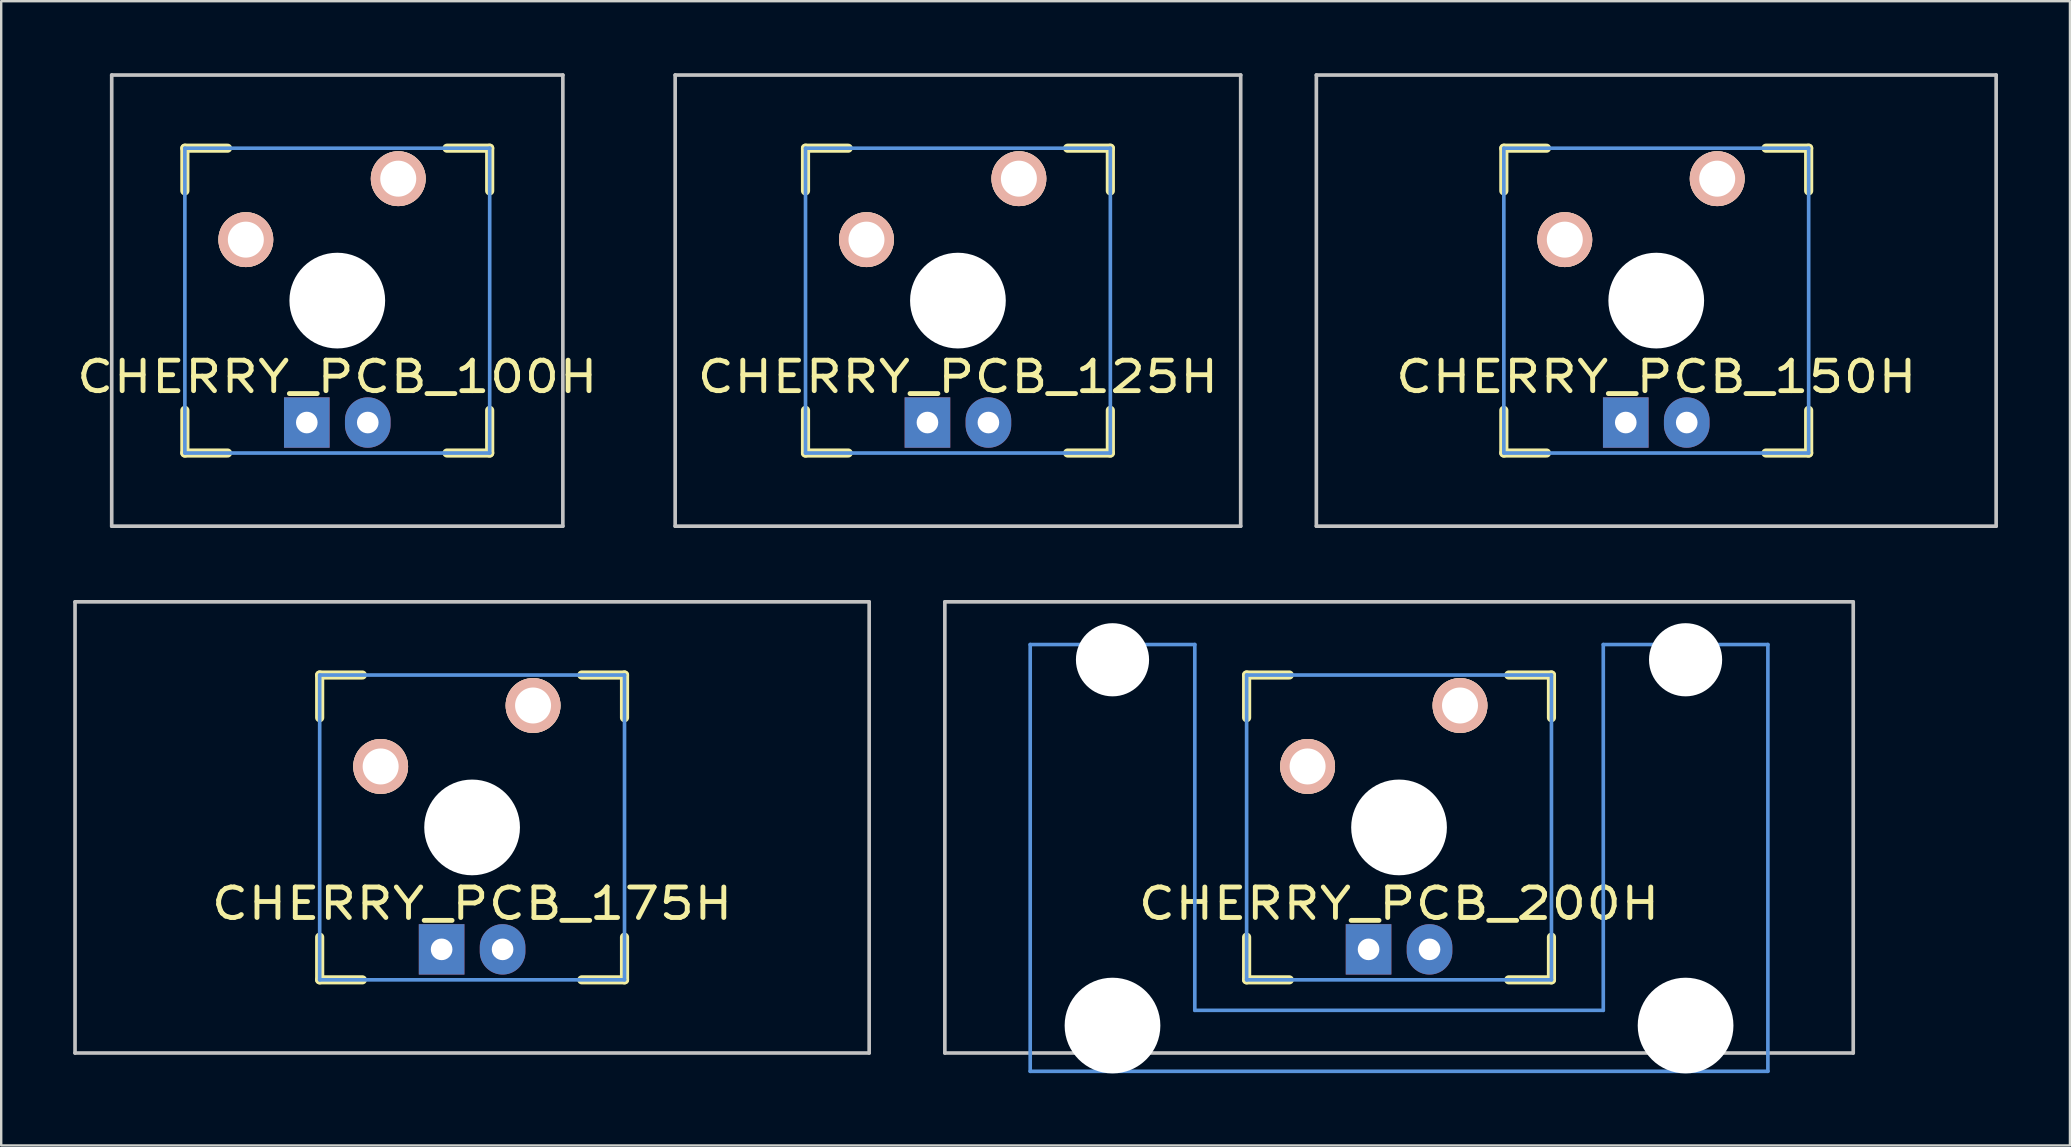
<source format=kicad_pcb>
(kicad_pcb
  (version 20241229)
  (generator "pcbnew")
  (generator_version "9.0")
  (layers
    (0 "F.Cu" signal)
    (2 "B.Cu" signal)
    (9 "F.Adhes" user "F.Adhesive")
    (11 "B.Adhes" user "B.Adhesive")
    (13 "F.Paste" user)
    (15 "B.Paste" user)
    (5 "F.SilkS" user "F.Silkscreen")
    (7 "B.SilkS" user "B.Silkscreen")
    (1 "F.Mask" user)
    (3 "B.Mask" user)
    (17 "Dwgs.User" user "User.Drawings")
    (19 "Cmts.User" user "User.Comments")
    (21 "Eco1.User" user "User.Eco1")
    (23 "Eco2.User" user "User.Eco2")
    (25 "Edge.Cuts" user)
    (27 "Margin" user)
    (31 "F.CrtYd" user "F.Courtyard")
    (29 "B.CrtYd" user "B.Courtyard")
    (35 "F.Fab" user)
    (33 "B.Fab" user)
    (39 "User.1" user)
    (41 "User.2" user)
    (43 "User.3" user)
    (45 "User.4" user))
  (footprint "CHERRY_PCB_200H"
    (layer "F.Cu")
    (at 55.238 31.423)
    (property "Reference" "CHERRY_PCB_200H" (at 0 3.175 0) (layer "F.SilkS") (effects (font (size 1.27 1.524) (thickness 0.203))))
    (attr through_hole)
    (fp_line (start -6.35 -6.35) (end -4.572 -6.35) (stroke (width 0.381) (type solid)) (layer "F.SilkS"))
    (fp_line (start -6.35 -4.572) (end -6.35 -6.35) (stroke (width 0.381) (type solid)) (layer "F.SilkS"))
    (fp_line (start -6.35 6.35) (end -6.35 4.572) (stroke (width 0.381) (type solid)) (layer "F.SilkS"))
    (fp_line (start -4.572 6.35) (end -6.35 6.35) (stroke (width 0.381) (type solid)) (layer "F.SilkS"))
    (fp_line (start 4.572 -6.35) (end 6.35 -6.35) (stroke (width 0.381) (type solid)) (layer "F.SilkS"))
    (fp_line (start 6.35 -6.35) (end 6.35 -4.572) (stroke (width 0.381) (type solid)) (layer "F.SilkS"))
    (fp_line (start 6.35 4.572) (end 6.35 6.35) (stroke (width 0.381) (type solid)) (layer "F.SilkS"))
    (fp_line (start 6.35 6.35) (end 4.572 6.35) (stroke (width 0.381) (type solid)) (layer "F.SilkS"))
    (fp_line (start -18.923 -9.398) (end 18.923 -9.398) (stroke (width 0.152) (type solid)) (layer "Dwgs.User"))
    (fp_line (start -18.923 9.398) (end -18.923 -9.398) (stroke (width 0.152) (type solid)) (layer "Dwgs.User"))
    (fp_line (start 18.923 -9.398) (end 18.923 9.398) (stroke (width 0.152) (type solid)) (layer "Dwgs.User"))
    (fp_line (start 18.923 9.398) (end -18.923 9.398) (stroke (width 0.152) (type solid)) (layer "Dwgs.User"))
    (fp_line (start -15.367 -7.62) (end -15.367 10.16) (stroke (width 0.152) (type solid)) (layer "Cmts.User"))
    (fp_line (start -15.367 10.16) (end 15.367 10.16) (stroke (width 0.152) (type solid)) (layer "Cmts.User"))
    (fp_line (start -8.509 -7.62) (end -15.367 -7.62) (stroke (width 0.152) (type solid)) (layer "Cmts.User"))
    (fp_line (start -8.509 7.62) (end -8.509 -7.62) (stroke (width 0.152) (type solid)) (layer "Cmts.User"))
    (fp_line (start -6.35 -6.35) (end 6.35 -6.35) (stroke (width 0.152) (type solid)) (layer "Cmts.User"))
    (fp_line (start -6.35 6.35) (end -6.35 -6.35) (stroke (width 0.152) (type solid)) (layer "Cmts.User"))
    (fp_line (start 6.35 -6.35) (end 6.35 6.35) (stroke (width 0.152) (type solid)) (layer "Cmts.User"))
    (fp_line (start 6.35 6.35) (end -6.35 6.35) (stroke (width 0.152) (type solid)) (layer "Cmts.User"))
    (fp_line (start 8.509 -7.62) (end 8.509 7.62) (stroke (width 0.152) (type solid)) (layer "Cmts.User"))
    (fp_line (start 8.509 7.62) (end -8.509 7.62) (stroke (width 0.152) (type solid)) (layer "Cmts.User"))
    (fp_line (start 15.367 -7.62) (end 8.509 -7.62) (stroke (width 0.152) (type solid)) (layer "Cmts.User"))
    (fp_line (start 15.367 10.16) (end 15.367 -7.62) (stroke (width 0.152) (type solid)) (layer "Cmts.User"))
    (fp_line (start -16.129 -2.286) (end -15.265 -2.286) (stroke (width 0.152) (type solid)) (layer "Eco2.User"))
    (fp_line (start -16.129 0.508) (end -16.129 -2.286) (stroke (width 0.152) (type solid)) (layer "Eco2.User"))
    (fp_line (start -15.265 -5.69) (end -8.611 -5.69) (stroke (width 0.152) (type solid)) (layer "Eco2.User"))
    (fp_line (start -15.265 -2.286) (end -15.265 -5.69) (stroke (width 0.152) (type solid)) (layer "Eco2.User"))
    (fp_line (start -15.265 0.508) (end -16.129 0.508) (stroke (width 0.152) (type solid)) (layer "Eco2.User"))
    (fp_line (start -15.265 6.604) (end -15.265 0.508) (stroke (width 0.152) (type solid)) (layer "Eco2.User"))
    (fp_line (start -14.224 6.604) (end -15.265 6.604) (stroke (width 0.152) (type solid)) (layer "Eco2.User"))
    (fp_line (start -14.224 7.772) (end -14.224 6.604) (stroke (width 0.152) (type solid)) (layer "Eco2.User"))
    (fp_line (start -9.652 6.604) (end -9.652 7.772) (stroke (width 0.152) (type solid)) (layer "Eco2.User"))
    (fp_line (start -9.652 7.772) (end -14.224 7.772) (stroke (width 0.152) (type solid)) (layer "Eco2.User"))
    (fp_line (start -8.611 -5.69) (end -8.611 -4.877) (stroke (width 0.152) (type solid)) (layer "Eco2.User"))
    (fp_line (start -8.611 -4.877) (end -6.985 -4.877) (stroke (width 0.152) (type solid)) (layer "Eco2.User"))
    (fp_line (start -8.611 5.817) (end -8.611 6.604) (stroke (width 0.152) (type solid)) (layer "Eco2.User"))
    (fp_line (start -8.611 6.604) (end -9.652 6.604) (stroke (width 0.152) (type solid)) (layer "Eco2.User"))
    (fp_line (start -6.985 -6.985) (end 6.985 -6.985) (stroke (width 0.152) (type solid)) (layer "Eco2.User"))
    (fp_line (start -6.985 -4.877) (end -6.985 -6.985) (stroke (width 0.152) (type solid)) (layer "Eco2.User"))
    (fp_line (start -6.985 5.817) (end -8.611 5.817) (stroke (width 0.152) (type solid)) (layer "Eco2.User"))
    (fp_line (start -6.985 6.985) (end -6.985 5.817) (stroke (width 0.152) (type solid)) (layer "Eco2.User"))
    (fp_line (start 6.985 -6.985) (end 6.985 -4.877) (stroke (width 0.152) (type solid)) (layer "Eco2.User"))
    (fp_line (start 6.985 -4.877) (end 8.611 -4.877) (stroke (width 0.152) (type solid)) (layer "Eco2.User"))
    (fp_line (start 6.985 5.817) (end 6.985 6.985) (stroke (width 0.152) (type solid)) (layer "Eco2.User"))
    (fp_line (start 6.985 6.985) (end -6.985 6.985) (stroke (width 0.152) (type solid)) (layer "Eco2.User"))
    (fp_line (start 8.611 -5.69) (end 15.265 -5.69) (stroke (width 0.152) (type solid)) (layer "Eco2.User"))
    (fp_line (start 8.611 -4.877) (end 8.611 -5.69) (stroke (width 0.152) (type solid)) (layer "Eco2.User"))
    (fp_line (start 8.611 5.817) (end 6.985 5.817) (stroke (width 0.152) (type solid)) (layer "Eco2.User"))
    (fp_line (start 8.611 6.604) (end 8.611 5.817) (stroke (width 0.152) (type solid)) (layer "Eco2.User"))
    (fp_line (start 9.652 6.604) (end 8.611 6.604) (stroke (width 0.152) (type solid)) (layer "Eco2.User"))
    (fp_line (start 9.652 7.772) (end 9.652 6.604) (stroke (width 0.152) (type solid)) (layer "Eco2.User"))
    (fp_line (start 14.224 6.604) (end 14.224 7.772) (stroke (width 0.152) (type solid)) (layer "Eco2.User"))
    (fp_line (start 14.224 7.772) (end 9.652 7.772) (stroke (width 0.152) (type solid)) (layer "Eco2.User"))
    (fp_line (start 15.265 -5.69) (end 15.265 -2.286) (stroke (width 0.152) (type solid)) (layer "Eco2.User"))
    (fp_line (start 15.265 -2.286) (end 16.129 -2.286) (stroke (width 0.152) (type solid)) (layer "Eco2.User"))
    (fp_line (start 15.265 0.508) (end 15.265 6.604) (stroke (width 0.152) (type solid)) (layer "Eco2.User"))
    (fp_line (start 15.265 6.604) (end 14.224 6.604) (stroke (width 0.152) (type solid)) (layer "Eco2.User"))
    (fp_line (start 16.129 -2.286) (end 16.129 0.508) (stroke (width 0.152) (type solid)) (layer "Eco2.User"))
    (fp_line (start 16.129 0.508) (end 15.265 0.508) (stroke (width 0.152) (type solid)) (layer "Eco2.User"))
    (pad "" np_thru_hole circle (at -11.938 -6.985) (size 3.048 3.048) (drill 3.048) (layers "*.Cu"))
    (pad "" np_thru_hole circle (at -11.938 8.255) (size 3.988 3.988) (drill 3.988) (layers "*.Cu"))
    (pad "" np_thru_hole circle (at 0 0) (size 3.988 3.988) (drill 3.988) (layers "*.Cu"))
    (pad "" np_thru_hole circle (at 11.938 -6.985) (size 3.048 3.048) (drill 3.048) (layers "*.Cu"))
    (pad "" np_thru_hole circle (at 11.938 8.255) (size 3.988 3.988) (drill 3.988) (layers "*.Cu"))
    (pad "1" thru_hole circle (at 2.54 -5.08) (size 2.286 2.286) (drill 1.499) (layers "*.Cu" "*.SilkS" "*.Mask"))
    (pad "2" thru_hole circle (at -3.81 -2.54) (size 2.286 2.286) (drill 1.499) (layers "*.Cu" "*.SilkS" "*.Mask"))
    (pad "3" thru_hole oval (at 1.27 5.08) (size 1.9 2.1) (drill 0.9) (layers "*.Cu" "*.Mask"))
    (pad "4" thru_hole rect (at -1.27 5.08) (size 1.9 2.1) (drill 0.9) (layers "*.Cu" "*.Mask")))
  (footprint "CHERRY_PCB_150H"
    (layer "F.Cu")
    (at 65.954 9.474)
    (property "Reference" "CHERRY_PCB_150H" (at 0 3.175 0) (layer "F.SilkS") (effects (font (size 1.27 1.524) (thickness 0.203))))
    (attr through_hole)
    (fp_line (start -6.35 -6.35) (end -4.572 -6.35) (stroke (width 0.381) (type solid)) (layer "F.SilkS"))
    (fp_line (start -6.35 -4.572) (end -6.35 -6.35) (stroke (width 0.381) (type solid)) (layer "F.SilkS"))
    (fp_line (start -6.35 6.35) (end -6.35 4.572) (stroke (width 0.381) (type solid)) (layer "F.SilkS"))
    (fp_line (start -4.572 6.35) (end -6.35 6.35) (stroke (width 0.381) (type solid)) (layer "F.SilkS"))
    (fp_line (start 4.572 -6.35) (end 6.35 -6.35) (stroke (width 0.381) (type solid)) (layer "F.SilkS"))
    (fp_line (start 6.35 -6.35) (end 6.35 -4.572) (stroke (width 0.381) (type solid)) (layer "F.SilkS"))
    (fp_line (start 6.35 4.572) (end 6.35 6.35) (stroke (width 0.381) (type solid)) (layer "F.SilkS"))
    (fp_line (start 6.35 6.35) (end 4.572 6.35) (stroke (width 0.381) (type solid)) (layer "F.SilkS"))
    (fp_line (start -14.161 -9.398) (end 14.161 -9.398) (stroke (width 0.152) (type solid)) (layer "Dwgs.User"))
    (fp_line (start -14.161 9.398) (end -14.161 -9.398) (stroke (width 0.152) (type solid)) (layer "Dwgs.User"))
    (fp_line (start 14.161 -9.398) (end 14.161 9.398) (stroke (width 0.152) (type solid)) (layer "Dwgs.User"))
    (fp_line (start 14.161 9.398) (end -14.161 9.398) (stroke (width 0.152) (type solid)) (layer "Dwgs.User"))
    (fp_line (start -6.35 -6.35) (end 6.35 -6.35) (stroke (width 0.152) (type solid)) (layer "Cmts.User"))
    (fp_line (start -6.35 6.35) (end -6.35 -6.35) (stroke (width 0.152) (type solid)) (layer "Cmts.User"))
    (fp_line (start 6.35 -6.35) (end 6.35 6.35) (stroke (width 0.152) (type solid)) (layer "Cmts.User"))
    (fp_line (start 6.35 6.35) (end -6.35 6.35) (stroke (width 0.152) (type solid)) (layer "Cmts.User"))
    (fp_line (start -6.985 -6.985) (end 6.985 -6.985) (stroke (width 0.152) (type solid)) (layer "Eco2.User"))
    (fp_line (start -6.985 6.985) (end -6.985 -6.985) (stroke (width 0.152) (type solid)) (layer "Eco2.User"))
    (fp_line (start 6.985 -6.985) (end 6.985 6.985) (stroke (width 0.152) (type solid)) (layer "Eco2.User"))
    (fp_line (start 6.985 6.985) (end -6.985 6.985) (stroke (width 0.152) (type solid)) (layer "Eco2.User"))
    (pad "" np_thru_hole circle (at 0 0) (size 3.988 3.988) (drill 3.988) (layers "*.Cu"))
    (pad "1" thru_hole circle (at 2.54 -5.08) (size 2.286 2.286) (drill 1.499) (layers "*.Cu" "*.SilkS" "*.Mask"))
    (pad "2" thru_hole circle (at -3.81 -2.54) (size 2.286 2.286) (drill 1.499) (layers "*.Cu" "*.SilkS" "*.Mask"))
    (pad "3" thru_hole oval (at 1.27 5.08) (size 1.9 2.1) (drill 0.9) (layers "*.Cu" "*.Mask"))
    (pad "4" thru_hole rect (at -1.27 5.08) (size 1.9 2.1) (drill 0.9) (layers "*.Cu" "*.Mask")))
  (footprint "CHERRY_PCB_175H"
    (layer "F.Cu")
    (at 16.619 31.423)
    (property "Reference" "CHERRY_PCB_175H" (at 0 3.175 0) (layer "F.SilkS") (effects (font (size 1.27 1.524) (thickness 0.203))))
    (attr through_hole)
    (fp_line (start -6.35 -6.35) (end -4.572 -6.35) (stroke (width 0.381) (type solid)) (layer "F.SilkS"))
    (fp_line (start -6.35 -4.572) (end -6.35 -6.35) (stroke (width 0.381) (type solid)) (layer "F.SilkS"))
    (fp_line (start -6.35 6.35) (end -6.35 4.572) (stroke (width 0.381) (type solid)) (layer "F.SilkS"))
    (fp_line (start -4.572 6.35) (end -6.35 6.35) (stroke (width 0.381) (type solid)) (layer "F.SilkS"))
    (fp_line (start 4.572 -6.35) (end 6.35 -6.35) (stroke (width 0.381) (type solid)) (layer "F.SilkS"))
    (fp_line (start 6.35 -6.35) (end 6.35 -4.572) (stroke (width 0.381) (type solid)) (layer "F.SilkS"))
    (fp_line (start 6.35 4.572) (end 6.35 6.35) (stroke (width 0.381) (type solid)) (layer "F.SilkS"))
    (fp_line (start 6.35 6.35) (end 4.572 6.35) (stroke (width 0.381) (type solid)) (layer "F.SilkS"))
    (fp_line (start -16.543 -9.398) (end 16.543 -9.398) (stroke (width 0.152) (type solid)) (layer "Dwgs.User"))
    (fp_line (start -16.543 9.398) (end -16.543 -9.398) (stroke (width 0.152) (type solid)) (layer "Dwgs.User"))
    (fp_line (start 16.543 -9.398) (end 16.543 9.398) (stroke (width 0.152) (type solid)) (layer "Dwgs.User"))
    (fp_line (start 16.543 9.398) (end -16.543 9.398) (stroke (width 0.152) (type solid)) (layer "Dwgs.User"))
    (fp_line (start -6.35 -6.35) (end 6.35 -6.35) (stroke (width 0.152) (type solid)) (layer "Cmts.User"))
    (fp_line (start -6.35 6.35) (end -6.35 -6.35) (stroke (width 0.152) (type solid)) (layer "Cmts.User"))
    (fp_line (start 6.35 -6.35) (end 6.35 6.35) (stroke (width 0.152) (type solid)) (layer "Cmts.User"))
    (fp_line (start 6.35 6.35) (end -6.35 6.35) (stroke (width 0.152) (type solid)) (layer "Cmts.User"))
    (fp_line (start -6.985 -6.985) (end 6.985 -6.985) (stroke (width 0.152) (type solid)) (layer "Eco2.User"))
    (fp_line (start -6.985 6.985) (end -6.985 -6.985) (stroke (width 0.152) (type solid)) (layer "Eco2.User"))
    (fp_line (start 6.985 -6.985) (end 6.985 6.985) (stroke (width 0.152) (type solid)) (layer "Eco2.User"))
    (fp_line (start 6.985 6.985) (end -6.985 6.985) (stroke (width 0.152) (type solid)) (layer "Eco2.User"))
    (pad "" np_thru_hole circle (at 0 0) (size 3.988 3.988) (drill 3.988) (layers "*.Cu"))
    (pad "1" thru_hole circle (at 2.54 -5.08) (size 2.286 2.286) (drill 1.499) (layers "*.Cu" "*.SilkS" "*.Mask"))
    (pad "2" thru_hole circle (at -3.81 -2.54) (size 2.286 2.286) (drill 1.499) (layers "*.Cu" "*.SilkS" "*.Mask"))
    (pad "3" thru_hole oval (at 1.27 5.08) (size 1.9 2.1) (drill 0.9) (layers "*.Cu" "*.Mask"))
    (pad "4" thru_hole rect (at -1.27 5.08) (size 1.9 2.1) (drill 0.9) (layers "*.Cu" "*.Mask")))
  (footprint "CHERRY_PCB_100H"
    (layer "F.Cu")
    (at 11.002 9.474)
    (property "Reference" "CHERRY_PCB_100H" (at 0 3.175 0) (layer "F.SilkS") (effects (font (size 1.27 1.524) (thickness 0.203))))
    (attr through_hole)
    (fp_line (start -6.35 -6.35) (end -4.572 -6.35) (stroke (width 0.381) (type solid)) (layer "F.SilkS"))
    (fp_line (start -6.35 -4.572) (end -6.35 -6.35) (stroke (width 0.381) (type solid)) (layer "F.SilkS"))
    (fp_line (start -6.35 6.35) (end -6.35 4.572) (stroke (width 0.381) (type solid)) (layer "F.SilkS"))
    (fp_line (start -4.572 6.35) (end -6.35 6.35) (stroke (width 0.381) (type solid)) (layer "F.SilkS"))
    (fp_line (start 4.572 -6.35) (end 6.35 -6.35) (stroke (width 0.381) (type solid)) (layer "F.SilkS"))
    (fp_line (start 6.35 -6.35) (end 6.35 -4.572) (stroke (width 0.381) (type solid)) (layer "F.SilkS"))
    (fp_line (start 6.35 4.572) (end 6.35 6.35) (stroke (width 0.381) (type solid)) (layer "F.SilkS"))
    (fp_line (start 6.35 6.35) (end 4.572 6.35) (stroke (width 0.381) (type solid)) (layer "F.SilkS"))
    (fp_line (start -9.398 -9.398) (end 9.398 -9.398) (stroke (width 0.152) (type solid)) (layer "Dwgs.User"))
    (fp_line (start -9.398 9.398) (end -9.398 -9.398) (stroke (width 0.152) (type solid)) (layer "Dwgs.User"))
    (fp_line (start 9.398 -9.398) (end 9.398 9.398) (stroke (width 0.152) (type solid)) (layer "Dwgs.User"))
    (fp_line (start 9.398 9.398) (end -9.398 9.398) (stroke (width 0.152) (type solid)) (layer "Dwgs.User"))
    (fp_line (start -6.35 -6.35) (end 6.35 -6.35) (stroke (width 0.152) (type solid)) (layer "Cmts.User"))
    (fp_line (start -6.35 6.35) (end -6.35 -6.35) (stroke (width 0.152) (type solid)) (layer "Cmts.User"))
    (fp_line (start 6.35 -6.35) (end 6.35 6.35) (stroke (width 0.152) (type solid)) (layer "Cmts.User"))
    (fp_line (start 6.35 6.35) (end -6.35 6.35) (stroke (width 0.152) (type solid)) (layer "Cmts.User"))
    (fp_line (start -6.985 -6.985) (end 6.985 -6.985) (stroke (width 0.152) (type solid)) (layer "Eco2.User"))
    (fp_line (start -6.985 6.985) (end -6.985 -6.985) (stroke (width 0.152) (type solid)) (layer "Eco2.User"))
    (fp_line (start 6.985 -6.985) (end 6.985 6.985) (stroke (width 0.152) (type solid)) (layer "Eco2.User"))
    (fp_line (start 6.985 6.985) (end -6.985 6.985) (stroke (width 0.152) (type solid)) (layer "Eco2.User"))
    (pad "" np_thru_hole circle (at 0 0) (size 3.988 3.988) (drill 3.988) (layers "*.Cu"))
    (pad "1" thru_hole circle (at 2.54 -5.08) (size 2.286 2.286) (drill 1.499) (layers "*.Cu" "*.SilkS" "*.Mask"))
    (pad "2" thru_hole circle (at -3.81 -2.54) (size 2.286 2.286) (drill 1.499) (layers "*.Cu" "*.SilkS" "*.Mask"))
    (pad "3" thru_hole oval (at 1.27 5.08) (size 1.9 2.1) (drill 0.9) (layers "*.Cu" "*.Mask"))
    (pad "4" thru_hole rect (at -1.27 5.08) (size 1.9 2.1) (drill 0.9) (layers "*.Cu" "*.Mask")))
  (footprint "CHERRY_PCB_125H"
    (layer "F.Cu")
    (at 36.86 9.474)
    (property "Reference" "CHERRY_PCB_125H" (at 0 3.175 0) (layer "F.SilkS") (effects (font (size 1.27 1.524) (thickness 0.203))))
    (attr through_hole)
    (fp_line (start -6.35 -6.35) (end -4.572 -6.35) (stroke (width 0.381) (type solid)) (layer "F.SilkS"))
    (fp_line (start -6.35 -4.572) (end -6.35 -6.35) (stroke (width 0.381) (type solid)) (layer "F.SilkS"))
    (fp_line (start -6.35 6.35) (end -6.35 4.572) (stroke (width 0.381) (type solid)) (layer "F.SilkS"))
    (fp_line (start -4.572 6.35) (end -6.35 6.35) (stroke (width 0.381) (type solid)) (layer "F.SilkS"))
    (fp_line (start 4.572 -6.35) (end 6.35 -6.35) (stroke (width 0.381) (type solid)) (layer "F.SilkS"))
    (fp_line (start 6.35 -6.35) (end 6.35 -4.572) (stroke (width 0.381) (type solid)) (layer "F.SilkS"))
    (fp_line (start 6.35 4.572) (end 6.35 6.35) (stroke (width 0.381) (type solid)) (layer "F.SilkS"))
    (fp_line (start 6.35 6.35) (end 4.572 6.35) (stroke (width 0.381) (type solid)) (layer "F.SilkS"))
    (fp_line (start -11.781 -9.398) (end 11.781 -9.398) (stroke (width 0.152) (type solid)) (layer "Dwgs.User"))
    (fp_line (start -11.781 9.398) (end -11.781 -9.398) (stroke (width 0.152) (type solid)) (layer "Dwgs.User"))
    (fp_line (start 11.781 -9.398) (end 11.781 9.398) (stroke (width 0.152) (type solid)) (layer "Dwgs.User"))
    (fp_line (start 11.781 9.398) (end -11.781 9.398) (stroke (width 0.152) (type solid)) (layer "Dwgs.User"))
    (fp_line (start -6.35 -6.35) (end 6.35 -6.35) (stroke (width 0.152) (type solid)) (layer "Cmts.User"))
    (fp_line (start -6.35 6.35) (end -6.35 -6.35) (stroke (width 0.152) (type solid)) (layer "Cmts.User"))
    (fp_line (start 6.35 -6.35) (end 6.35 6.35) (stroke (width 0.152) (type solid)) (layer "Cmts.User"))
    (fp_line (start 6.35 6.35) (end -6.35 6.35) (stroke (width 0.152) (type solid)) (layer "Cmts.User"))
    (fp_line (start -6.985 -6.985) (end 6.985 -6.985) (stroke (width 0.152) (type solid)) (layer "Eco2.User"))
    (fp_line (start -6.985 6.985) (end -6.985 -6.985) (stroke (width 0.152) (type solid)) (layer "Eco2.User"))
    (fp_line (start 6.985 -6.985) (end 6.985 6.985) (stroke (width 0.152) (type solid)) (layer "Eco2.User"))
    (fp_line (start 6.985 6.985) (end -6.985 6.985) (stroke (width 0.152) (type solid)) (layer "Eco2.User"))
    (pad "" np_thru_hole circle (at 0 0) (size 3.988 3.988) (drill 3.988) (layers "*.Cu"))
    (pad "1" thru_hole circle (at 2.54 -5.08) (size 2.286 2.286) (drill 1.499) (layers "*.Cu" "*.SilkS" "*.Mask"))
    (pad "2" thru_hole circle (at -3.81 -2.54) (size 2.286 2.286) (drill 1.499) (layers "*.Cu" "*.SilkS" "*.Mask"))
    (pad "3" thru_hole oval (at 1.27 5.08) (size 1.9 2.1) (drill 0.9) (layers "*.Cu" "*.Mask"))
    (pad "4" thru_hole rect (at -1.27 5.08) (size 1.9 2.1) (drill 0.9) (layers "*.Cu" "*.Mask")))
  (gr_rect
    (start -3 -3)
    (end 83.19 44.672)
    (stroke (width 0.1) (type default))
    (fill no)
    (layer "Edge.Cuts")))
</source>
